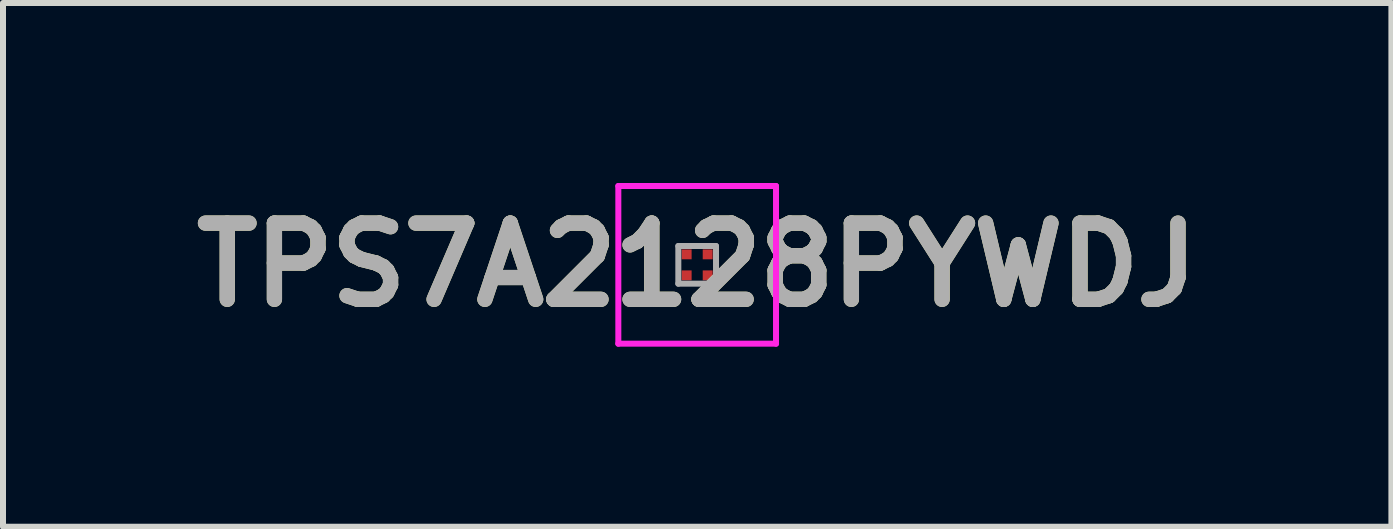
<source format=kicad_pcb>
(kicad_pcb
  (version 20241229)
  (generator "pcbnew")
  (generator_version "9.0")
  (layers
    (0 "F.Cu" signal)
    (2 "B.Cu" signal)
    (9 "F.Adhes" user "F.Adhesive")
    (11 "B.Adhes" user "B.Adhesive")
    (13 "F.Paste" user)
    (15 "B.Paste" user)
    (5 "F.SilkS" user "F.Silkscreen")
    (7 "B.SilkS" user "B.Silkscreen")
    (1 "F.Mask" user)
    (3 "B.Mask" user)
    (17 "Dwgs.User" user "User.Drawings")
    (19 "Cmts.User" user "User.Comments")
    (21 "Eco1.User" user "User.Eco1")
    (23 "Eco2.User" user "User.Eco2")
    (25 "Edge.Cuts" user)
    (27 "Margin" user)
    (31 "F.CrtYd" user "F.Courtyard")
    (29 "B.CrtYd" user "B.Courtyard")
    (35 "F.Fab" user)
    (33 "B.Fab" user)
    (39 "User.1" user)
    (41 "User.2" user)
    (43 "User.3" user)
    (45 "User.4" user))
  (footprint "TPS7A2128PYWDJ"
    (layer "F.Cu")
    (at 8.569 1.364)
    (property "Reference" "TPS7A2128PYWDJ" (at 0 0 0) (layer "F.SilkS") (effects (font (size 1.27 1.27) (thickness 0.254))))
    (attr smd)
    (fp_line (start -0.8 -0.2) (end -0.8 -0.2) (stroke (width 0.1) (type solid)) (layer "F.SilkS"))
    (fp_line (start -0.7 -0.2) (end -0.7 -0.2) (stroke (width 0.1) (type solid)) (layer "F.SilkS"))
    (fp_arc (start -0.8 -0.2) (mid -0.75 -0.25) (end -0.7 -0.2) (stroke (width 0.1) (type solid)) (layer "F.SilkS"))
    (fp_arc (start -0.7 -0.2) (mid -0.75 -0.15) (end -0.8 -0.2) (stroke (width 0.1) (type solid)) (layer "F.SilkS"))
    (fp_line (start -1.314 -1.314) (end 1.314 -1.314) (stroke (width 0.1) (type solid)) (layer "F.CrtYd"))
    (fp_line (start -1.314 1.314) (end -1.314 -1.314) (stroke (width 0.1) (type solid)) (layer "F.CrtYd"))
    (fp_line (start 1.314 -1.314) (end 1.314 1.314) (stroke (width 0.1) (type solid)) (layer "F.CrtYd"))
    (fp_line (start 1.314 1.314) (end -1.314 1.314) (stroke (width 0.1) (type solid)) (layer "F.CrtYd"))
    (fp_line (start -0.314 -0.314) (end 0.314 -0.314) (stroke (width 0.1) (type solid)) (layer "F.Fab"))
    (fp_line (start -0.314 0.314) (end -0.314 -0.314) (stroke (width 0.1) (type solid)) (layer "F.Fab"))
    (fp_line (start 0.314 -0.314) (end 0.314 0.314) (stroke (width 0.1) (type solid)) (layer "F.Fab"))
    (fp_line (start 0.314 0.314) (end -0.314 0.314) (stroke (width 0.1) (type solid)) (layer "F.Fab"))
    (fp_text user "${REFERENCE}" (at 0 0 0) (layer "F.Fab") (effects (font (size 1.27 1.27) (thickness 0.254))))
    (pad "A1" smd rect (at -0.175 -0.175 90) (size 0.165 0.165) (layers "F.Cu" "F.Mask" "F.Paste"))
    (pad "A2" smd rect (at 0.175 -0.175 90) (size 0.165 0.165) (layers "F.Cu" "F.Mask" "F.Paste"))
    (pad "B1" smd rect (at -0.175 0.175 90) (size 0.165 0.165) (layers "F.Cu" "F.Mask" "F.Paste"))
    (pad "B2" smd rect (at 0.175 0.175 90) (size 0.165 0.165) (layers "F.Cu" "F.Mask" "F.Paste")))
  (gr_rect
    (start -3 -3)
    (end 20.139 5.728)
    (stroke (width 0.1) (type default))
    (fill no)
    (layer "Edge.Cuts")))
</source>
